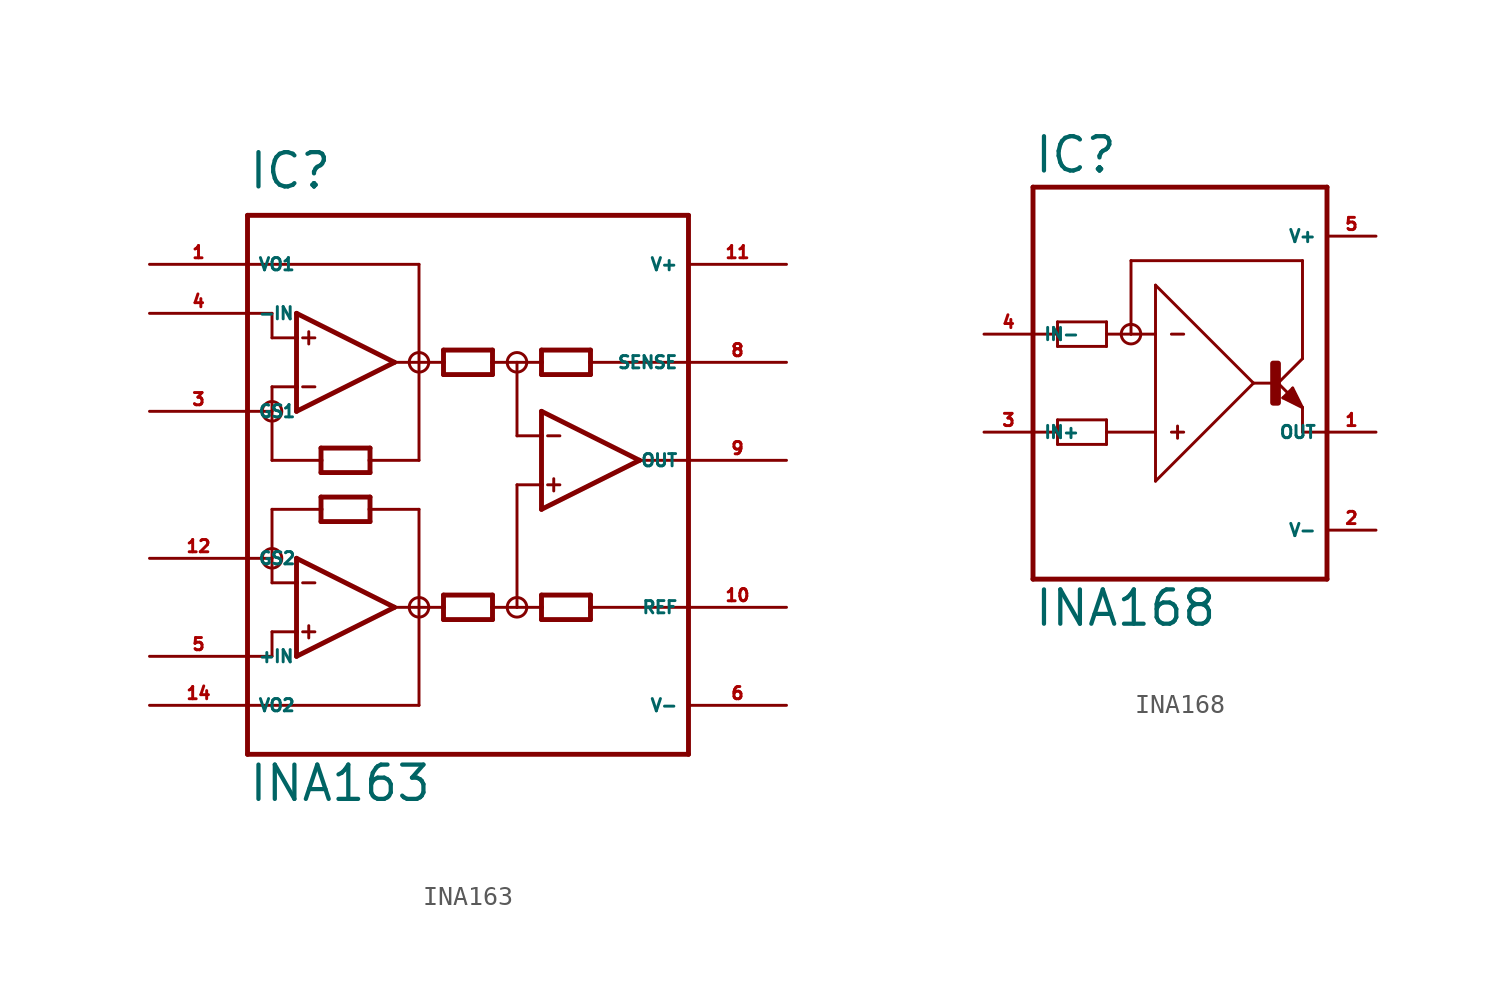
<source format=kicad_sym>
(kicad_symbol_lib
  (version 20220914)
  (generator Eagle2Kicad)
  (symbol "INA163"
    (property "Reference" "IC"
      (at -12.7 13.97 0)
      (effects (font (size 1.778 1.778) (thickness 0.22)) (justify left bottom)))
    (property "Value" "INA163"
      (at -12.7 -17.78 0)
      (effects (font (size 1.778 1.778) (thickness 0.22)) (justify left bottom)))
    (polyline
      (pts (xy -10.16 2.54) (xy -10.16 3.81))
      (stroke (width 0.254) (type default))
      (fill (type none)))
    (polyline
      (pts (xy -10.16 3.81) (xy -10.16 6.35))
      (stroke (width 0.254) (type default))
      (fill (type none)))
    (polyline
      (pts (xy -10.16 6.35) (xy -10.16 7.62))
      (stroke (width 0.254) (type default))
      (fill (type none)))
    (polyline
      (pts (xy -10.16 7.62) (xy -5.08 5.08))
      (stroke (width 0.254) (type default))
      (fill (type none)))
    (polyline
      (pts (xy -5.08 5.08) (xy -10.16 2.54))
      (stroke (width 0.254) (type default))
      (fill (type none)))
    (polyline
      (pts (xy -6.35 -0.635) (xy -6.35 0))
      (stroke (width 0.254) (type default))
      (fill (type none)))
    (polyline
      (pts (xy -6.35 0) (xy -6.35 0.635))
      (stroke (width 0.254) (type default))
      (fill (type none)))
    (polyline
      (pts (xy -6.35 0.635) (xy -8.89 0.635))
      (stroke (width 0.254) (type default))
      (fill (type none)))
    (polyline
      (pts (xy -8.89 0.635) (xy -8.89 0))
      (stroke (width 0.254) (type default))
      (fill (type none)))
    (polyline
      (pts (xy -8.89 0) (xy -8.89 -0.635))
      (stroke (width 0.254) (type default))
      (fill (type none)))
    (polyline
      (pts (xy -8.89 -0.635) (xy -6.35 -0.635))
      (stroke (width 0.254) (type default))
      (fill (type none)))
    (polyline
      (pts (xy -2.54 4.445) (xy -2.54 5.08))
      (stroke (width 0.254) (type default))
      (fill (type none)))
    (polyline
      (pts (xy -2.54 5.08) (xy -2.54 5.715))
      (stroke (width 0.254) (type default))
      (fill (type none)))
    (polyline
      (pts (xy -2.54 5.715) (xy 0 5.715))
      (stroke (width 0.254) (type default))
      (fill (type none)))
    (polyline
      (pts (xy 0 5.715) (xy 0 5.08))
      (stroke (width 0.254) (type default))
      (fill (type none)))
    (polyline
      (pts (xy 0 5.08) (xy 0 4.445))
      (stroke (width 0.254) (type default))
      (fill (type none)))
    (polyline
      (pts (xy 0 4.445) (xy -2.54 4.445))
      (stroke (width 0.254) (type default))
      (fill (type none)))
    (polyline
      (pts (xy -10.16 6.35) (xy -11.43 6.35))
      (stroke (width 0.152) (type default))
      (fill (type none)))
    (polyline
      (pts (xy 5.08 5.715) (xy 5.08 5.08))
      (stroke (width 0.254) (type default))
      (fill (type none)))
    (polyline
      (pts (xy 5.08 5.08) (xy 5.08 4.445))
      (stroke (width 0.254) (type default))
      (fill (type none)))
    (polyline
      (pts (xy 5.08 4.445) (xy 2.54 4.445))
      (stroke (width 0.254) (type default))
      (fill (type none)))
    (polyline
      (pts (xy 2.54 4.445) (xy 2.54 5.08))
      (stroke (width 0.254) (type default))
      (fill (type none)))
    (polyline
      (pts (xy 2.54 5.08) (xy 2.54 5.715))
      (stroke (width 0.254) (type default))
      (fill (type none)))
    (polyline
      (pts (xy 2.54 5.715) (xy 5.08 5.715))
      (stroke (width 0.254) (type default))
      (fill (type none)))
    (polyline
      (pts (xy 2.54 -6.985) (xy 2.54 -7.62))
      (stroke (width 0.254) (type default))
      (fill (type none)))
    (polyline
      (pts (xy 2.54 -7.62) (xy 2.54 -8.255))
      (stroke (width 0.254) (type default))
      (fill (type none)))
    (polyline
      (pts (xy 2.54 -8.255) (xy 5.08 -8.255))
      (stroke (width 0.254) (type default))
      (fill (type none)))
    (polyline
      (pts (xy 5.08 -8.255) (xy 5.08 -7.62))
      (stroke (width 0.254) (type default))
      (fill (type none)))
    (polyline
      (pts (xy 5.08 -7.62) (xy 5.08 -6.985))
      (stroke (width 0.254) (type default))
      (fill (type none)))
    (polyline
      (pts (xy 5.08 -6.985) (xy 2.54 -6.985))
      (stroke (width 0.254) (type default))
      (fill (type none)))
    (polyline
      (pts (xy -10.16 3.81) (xy -11.43 3.81))
      (stroke (width 0.152) (type default))
      (fill (type none)))
    (polyline
      (pts (xy -9.842 6.35) (xy -9.207 6.35))
      (stroke (width 0.152) (type default))
      (fill (type none)))
    (polyline
      (pts (xy -9.842 3.81) (xy -9.207 3.81))
      (stroke (width 0.152) (type default))
      (fill (type none)))
    (polyline
      (pts (xy -9.525 6.668) (xy -9.525 6.032))
      (stroke (width 0.152) (type default))
      (fill (type none)))
    (polyline
      (pts (xy -12.7 -15.24) (xy 10.16 -15.24))
      (stroke (width 0.254) (type default))
      (fill (type none)))
    (polyline
      (pts (xy 10.16 -15.24) (xy 10.16 -7.62))
      (stroke (width 0.254) (type default))
      (fill (type none)))
    (polyline
      (pts (xy 10.16 -7.62) (xy 10.16 0))
      (stroke (width 0.254) (type default))
      (fill (type none)))
    (polyline
      (pts (xy 10.16 0) (xy 10.16 5.08))
      (stroke (width 0.254) (type default))
      (fill (type none)))
    (polyline
      (pts (xy 10.16 5.08) (xy 10.16 12.7))
      (stroke (width 0.254) (type default))
      (fill (type none)))
    (polyline
      (pts (xy 10.16 12.7) (xy -12.7 12.7))
      (stroke (width 0.254) (type default))
      (fill (type none)))
    (polyline
      (pts (xy -12.7 12.7) (xy -12.7 10.16))
      (stroke (width 0.254) (type default))
      (fill (type none)))
    (polyline
      (pts (xy -12.7 10.16) (xy -12.7 7.62))
      (stroke (width 0.254) (type default))
      (fill (type none)))
    (polyline
      (pts (xy -12.7 7.62) (xy -12.7 2.54))
      (stroke (width 0.254) (type default))
      (fill (type none)))
    (polyline
      (pts (xy -12.7 2.54) (xy -12.7 -5.08))
      (stroke (width 0.254) (type default))
      (fill (type none)))
    (polyline
      (pts (xy -12.7 -5.08) (xy -12.7 -10.16))
      (stroke (width 0.254) (type default))
      (fill (type none)))
    (polyline
      (pts (xy -12.7 -10.16) (xy -12.7 -12.7))
      (stroke (width 0.254) (type default))
      (fill (type none)))
    (polyline
      (pts (xy -12.7 -12.7) (xy -12.7 -15.24))
      (stroke (width 0.254) (type default))
      (fill (type none)))
    (polyline
      (pts (xy -10.16 -10.16) (xy -10.16 -8.89))
      (stroke (width 0.254) (type default))
      (fill (type none)))
    (polyline
      (pts (xy -10.16 -8.89) (xy -10.16 -6.35))
      (stroke (width 0.254) (type default))
      (fill (type none)))
    (polyline
      (pts (xy -10.16 -6.35) (xy -10.16 -5.08))
      (stroke (width 0.254) (type default))
      (fill (type none)))
    (polyline
      (pts (xy -10.16 -5.08) (xy -5.08 -7.62))
      (stroke (width 0.254) (type default))
      (fill (type none)))
    (polyline
      (pts (xy -5.08 -7.62) (xy -10.16 -10.16))
      (stroke (width 0.254) (type default))
      (fill (type none)))
    (polyline
      (pts (xy 0 -8.255) (xy 0 -7.62))
      (stroke (width 0.254) (type default))
      (fill (type none)))
    (polyline
      (pts (xy 0 -7.62) (xy 0 -6.985))
      (stroke (width 0.254) (type default))
      (fill (type none)))
    (polyline
      (pts (xy 0 -6.985) (xy -2.54 -6.985))
      (stroke (width 0.254) (type default))
      (fill (type none)))
    (polyline
      (pts (xy -2.54 -6.985) (xy -2.54 -7.62))
      (stroke (width 0.254) (type default))
      (fill (type none)))
    (polyline
      (pts (xy -2.54 -7.62) (xy -2.54 -8.255))
      (stroke (width 0.254) (type default))
      (fill (type none)))
    (polyline
      (pts (xy -2.54 -8.255) (xy 0 -8.255))
      (stroke (width 0.254) (type default))
      (fill (type none)))
    (polyline
      (pts (xy -8.89 -3.175) (xy -8.89 -2.54))
      (stroke (width 0.254) (type default))
      (fill (type none)))
    (polyline
      (pts (xy -8.89 -2.54) (xy -8.89 -1.905))
      (stroke (width 0.254) (type default))
      (fill (type none)))
    (polyline
      (pts (xy -8.89 -1.905) (xy -6.35 -1.905))
      (stroke (width 0.254) (type default))
      (fill (type none)))
    (polyline
      (pts (xy -6.35 -1.905) (xy -6.35 -2.54))
      (stroke (width 0.254) (type default))
      (fill (type none)))
    (polyline
      (pts (xy -6.35 -2.54) (xy -6.35 -3.175))
      (stroke (width 0.254) (type default))
      (fill (type none)))
    (polyline
      (pts (xy -6.35 -3.175) (xy -8.89 -3.175))
      (stroke (width 0.254) (type default))
      (fill (type none)))
    (polyline
      (pts (xy -10.16 -6.35) (xy -11.43 -6.35))
      (stroke (width 0.152) (type default))
      (fill (type none)))
    (polyline
      (pts (xy -10.16 -8.89) (xy -11.43 -8.89))
      (stroke (width 0.152) (type default))
      (fill (type none)))
    (polyline
      (pts (xy -9.842 -6.35) (xy -9.207 -6.35))
      (stroke (width 0.152) (type default))
      (fill (type none)))
    (polyline
      (pts (xy -9.842 -8.89) (xy -9.207 -8.89))
      (stroke (width 0.152) (type default))
      (fill (type none)))
    (polyline
      (pts (xy -9.525 -8.572) (xy -9.525 -9.207))
      (stroke (width 0.152) (type default))
      (fill (type none)))
    (polyline
      (pts (xy -11.43 6.35) (xy -11.43 7.62))
      (stroke (width 0.152) (type default))
      (fill (type none)))
    (polyline
      (pts (xy -11.43 7.62) (xy -12.7 7.62))
      (stroke (width 0.152) (type default))
      (fill (type none)))
    (polyline
      (pts (xy -11.43 3.81) (xy -11.43 2.54))
      (stroke (width 0.152) (type default))
      (fill (type none)))
    (polyline
      (pts (xy -11.43 2.54) (xy -12.7 2.54))
      (stroke (width 0.152) (type default))
      (fill (type none)))
    (polyline
      (pts (xy 2.54 -2.54) (xy 2.54 -1.27))
      (stroke (width 0.254) (type default))
      (fill (type none)))
    (polyline
      (pts (xy 2.54 -1.27) (xy 2.54 1.27))
      (stroke (width 0.254) (type default))
      (fill (type none)))
    (polyline
      (pts (xy 2.54 1.27) (xy 2.54 2.54))
      (stroke (width 0.254) (type default))
      (fill (type none)))
    (polyline
      (pts (xy 2.54 2.54) (xy 7.62 0))
      (stroke (width 0.254) (type default))
      (fill (type none)))
    (polyline
      (pts (xy 7.62 0) (xy 2.54 -2.54))
      (stroke (width 0.254) (type default))
      (fill (type none)))
    (polyline
      (pts (xy 2.54 -1.27) (xy 1.27 -1.27))
      (stroke (width 0.152) (type default))
      (fill (type none)))
    (polyline
      (pts (xy 2.857 1.27) (xy 3.493 1.27))
      (stroke (width 0.152) (type default))
      (fill (type none)))
    (polyline
      (pts (xy 2.857 -1.27) (xy 3.493 -1.27))
      (stroke (width 0.152) (type default))
      (fill (type none)))
    (polyline
      (pts (xy 3.175 -0.953) (xy 3.175 -1.587))
      (stroke (width 0.152) (type default))
      (fill (type none)))
    (polyline
      (pts (xy -5.08 5.08) (xy -3.81 5.08))
      (stroke (width 0.152) (type default))
      (fill (type none)))
    (polyline
      (pts (xy -3.81 5.08) (xy -2.54 5.08))
      (stroke (width 0.152) (type default))
      (fill (type none)))
    (polyline
      (pts (xy 0 5.08) (xy 1.27 5.08))
      (stroke (width 0.152) (type default))
      (fill (type none)))
    (polyline
      (pts (xy 1.27 5.08) (xy 2.54 5.08))
      (stroke (width 0.152) (type default))
      (fill (type none)))
    (polyline
      (pts (xy 10.16 5.08) (xy 5.08 5.08))
      (stroke (width 0.152) (type default))
      (fill (type none)))
    (polyline
      (pts (xy 7.62 0) (xy 10.16 0))
      (stroke (width 0.152) (type default))
      (fill (type none)))
    (polyline
      (pts (xy -11.43 2.54) (xy -11.43 0))
      (stroke (width 0.152) (type default))
      (fill (type none)))
    (polyline
      (pts (xy -11.43 0) (xy -8.89 0))
      (stroke (width 0.152) (type default))
      (fill (type none)))
    (polyline
      (pts (xy -3.81 5.08) (xy -3.81 0))
      (stroke (width 0.152) (type default))
      (fill (type none)))
    (polyline
      (pts (xy -3.81 0) (xy -6.35 0))
      (stroke (width 0.152) (type default))
      (fill (type none)))
    (polyline
      (pts (xy 1.27 5.08) (xy 1.27 1.27))
      (stroke (width 0.152) (type default))
      (fill (type none)))
    (polyline
      (pts (xy 1.27 1.27) (xy 2.54 1.27))
      (stroke (width 0.152) (type default))
      (fill (type none)))
    (polyline
      (pts (xy -8.89 -2.54) (xy -11.43 -2.54))
      (stroke (width 0.152) (type default))
      (fill (type none)))
    (polyline
      (pts (xy -11.43 -2.54) (xy -11.43 -5.08))
      (stroke (width 0.152) (type default))
      (fill (type none)))
    (polyline
      (pts (xy -11.43 -5.08) (xy -11.43 -6.35))
      (stroke (width 0.152) (type default))
      (fill (type none)))
    (polyline
      (pts (xy -6.35 -2.54) (xy -3.81 -2.54))
      (stroke (width 0.152) (type default))
      (fill (type none)))
    (polyline
      (pts (xy -3.81 -2.54) (xy -3.81 -7.62))
      (stroke (width 0.152) (type default))
      (fill (type none)))
    (polyline
      (pts (xy -3.81 -7.62) (xy -5.08 -7.62))
      (stroke (width 0.152) (type default))
      (fill (type none)))
    (polyline
      (pts (xy -3.81 -7.62) (xy -2.54 -7.62))
      (stroke (width 0.152) (type default))
      (fill (type none)))
    (polyline
      (pts (xy 0 -7.62) (xy 1.27 -7.62))
      (stroke (width 0.152) (type default))
      (fill (type none)))
    (polyline
      (pts (xy 1.27 -7.62) (xy 2.54 -7.62))
      (stroke (width 0.152) (type default))
      (fill (type none)))
    (polyline
      (pts (xy -11.43 -8.89) (xy -11.43 -10.16))
      (stroke (width 0.152) (type default))
      (fill (type none)))
    (polyline
      (pts (xy -11.43 -10.16) (xy -12.7 -10.16))
      (stroke (width 0.152) (type default))
      (fill (type none)))
    (polyline
      (pts (xy -12.7 -5.08) (xy -11.43 -5.08))
      (stroke (width 0.152) (type default))
      (fill (type none)))
    (polyline
      (pts (xy 1.27 -1.27) (xy 1.27 -7.62))
      (stroke (width 0.152) (type default))
      (fill (type none)))
    (polyline
      (pts (xy 5.08 -7.62) (xy 10.16 -7.62))
      (stroke (width 0.152) (type default))
      (fill (type none)))
    (polyline
      (pts (xy -12.7 -12.7) (xy -3.81 -12.7))
      (stroke (width 0.152) (type default))
      (fill (type none)))
    (polyline
      (pts (xy -3.81 -12.7) (xy -3.81 -7.62))
      (stroke (width 0.152) (type default))
      (fill (type none)))
    (polyline
      (pts (xy -12.7 10.16) (xy -3.81 10.16))
      (stroke (width 0.152) (type default))
      (fill (type none)))
    (polyline
      (pts (xy -3.81 10.16) (xy -3.81 5.08))
      (stroke (width 0.152) (type default))
      (fill (type none)))
    (circle
      (center -11.43 2.54)
      (radius 0.508)
      (stroke (width 0) (type default))
      (fill (type none)))
    (circle
      (center -11.43 -5.08)
      (radius 0.508)
      (stroke (width 0) (type default))
      (fill (type none)))
    (circle
      (center -3.81 -7.62)
      (radius 0.508)
      (stroke (width 0) (type default))
      (fill (type none)))
    (circle
      (center 1.27 -7.62)
      (radius 0.508)
      (stroke (width 0) (type default))
      (fill (type none)))
    (circle
      (center -3.81 5.08)
      (radius 0.508)
      (stroke (width 0) (type default))
      (fill (type none)))
    (circle
      (center 1.27 5.08)
      (radius 0.508)
      (stroke (width 0) (type default))
      (fill (type none)))
    (pin input line
      (at -17.78 7.62 0)
      (length 5.08)
      (name "-IN" (effects (font (size 0.635 0.635) (thickness 0.08)) (justify left bottom)))
      (number "4" (effects (font (size 0.635 0.635) (thickness 0.08)) (justify left bottom))))
    (pin passive line
      (at -17.78 2.54 0)
      (length 5.08)
      (name "GS1" (effects (font (size 0.635 0.635) (thickness 0.08)) (justify left bottom)))
      (number "3" (effects (font (size 0.635 0.635) (thickness 0.08)) (justify left bottom))))
    (pin output line
      (at 15.24 0 180)
      (length 5.08)
      (name "OUT" (effects (font (size 0.635 0.635) (thickness 0.08)) (justify left bottom)))
      (number "9" (effects (font (size 0.635 0.635) (thickness 0.08)) (justify left bottom))))
    (pin unspecified line
      (at 15.24 10.16 180)
      (length 5.08)
      (name "V+" (effects (font (size 0.635 0.635) (thickness 0.08)) (justify left bottom)))
      (number "11" (effects (font (size 0.635 0.635) (thickness 0.08)) (justify left bottom))))
    (pin unspecified line
      (at 15.24 -12.7 180)
      (length 5.08)
      (name "V-" (effects (font (size 0.635 0.635) (thickness 0.08)) (justify left bottom)))
      (number "6" (effects (font (size 0.635 0.635) (thickness 0.08)) (justify left bottom))))
    (pin passive line
      (at -17.78 -5.08 0)
      (length 5.08)
      (name "GS2" (effects (font (size 0.635 0.635) (thickness 0.08)) (justify left bottom)))
      (number "12" (effects (font (size 0.635 0.635) (thickness 0.08)) (justify left bottom))))
    (pin input line
      (at -17.78 -10.16 0)
      (length 5.08)
      (name "+IN" (effects (font (size 0.635 0.635) (thickness 0.08)) (justify left bottom)))
      (number "5" (effects (font (size 0.635 0.635) (thickness 0.08)) (justify left bottom))))
    (pin passive line
      (at 15.24 -7.62 180)
      (length 5.08)
      (name "REF" (effects (font (size 0.635 0.635) (thickness 0.08)) (justify left bottom)))
      (number "10" (effects (font (size 0.635 0.635) (thickness 0.08)) (justify left bottom))))
    (pin passive line
      (at -17.78 10.16 0)
      (length 5.08)
      (name "VO1" (effects (font (size 0.635 0.635) (thickness 0.08)) (justify left bottom)))
      (number "1" (effects (font (size 0.635 0.635) (thickness 0.08)) (justify left bottom))))
    (pin passive line
      (at -17.78 -12.7 0)
      (length 5.08)
      (name "VO2" (effects (font (size 0.635 0.635) (thickness 0.08)) (justify left bottom)))
      (number "14" (effects (font (size 0.635 0.635) (thickness 0.08)) (justify left bottom))))
    (pin passive line
      (at 15.24 5.08 180)
      (length 5.08)
      (name "SENSE" (effects (font (size 0.635 0.635) (thickness 0.08)) (justify left bottom)))
      (number "8" (effects (font (size 0.635 0.635) (thickness 0.08)) (justify left bottom)))))
  (symbol "INA168"
    (property "Reference" "IC"
      (at -7.62 10.795 0)
      (effects (font (size 1.778 1.778) (thickness 0.22)) (justify left bottom)))
    (property "Value" "INA168"
      (at -7.62 -12.7 0)
      (effects (font (size 1.778 1.778) (thickness 0.22)) (justify left bottom)))
    (polyline
      (pts (xy -1.27 -5.08) (xy -1.27 -2.54))
      (stroke (width 0.152) (type default))
      (fill (type none)))
    (polyline
      (pts (xy -1.27 -2.54) (xy -1.27 2.54))
      (stroke (width 0.152) (type default))
      (fill (type none)))
    (polyline
      (pts (xy -1.27 2.54) (xy -1.27 5.08))
      (stroke (width 0.152) (type default))
      (fill (type none)))
    (polyline
      (pts (xy -1.27 5.08) (xy 3.81 0))
      (stroke (width 0.152) (type default))
      (fill (type none)))
    (polyline
      (pts (xy 3.81 0) (xy -1.27 -5.08))
      (stroke (width 0.152) (type default))
      (fill (type none)))
    (polyline
      (pts (xy -3.81 1.905) (xy -3.81 2.54))
      (stroke (width 0.152) (type default))
      (fill (type none)))
    (polyline
      (pts (xy -3.81 2.54) (xy -3.81 3.175))
      (stroke (width 0.152) (type default))
      (fill (type none)))
    (polyline
      (pts (xy -3.81 3.175) (xy -6.35 3.175))
      (stroke (width 0.152) (type default))
      (fill (type none)))
    (polyline
      (pts (xy -6.35 3.175) (xy -6.35 2.54))
      (stroke (width 0.152) (type default))
      (fill (type none)))
    (polyline
      (pts (xy -6.35 2.54) (xy -6.35 1.905))
      (stroke (width 0.152) (type default))
      (fill (type none)))
    (polyline
      (pts (xy -6.35 1.905) (xy -3.81 1.905))
      (stroke (width 0.152) (type default))
      (fill (type none)))
    (polyline
      (pts (xy -3.81 -1.905) (xy -3.81 -2.54))
      (stroke (width 0.152) (type default))
      (fill (type none)))
    (polyline
      (pts (xy -3.81 -2.54) (xy -3.81 -3.175))
      (stroke (width 0.152) (type default))
      (fill (type none)))
    (polyline
      (pts (xy -3.81 -3.175) (xy -6.35 -3.175))
      (stroke (width 0.152) (type default))
      (fill (type none)))
    (polyline
      (pts (xy -6.35 -3.175) (xy -6.35 -2.54))
      (stroke (width 0.152) (type default))
      (fill (type none)))
    (polyline
      (pts (xy -6.35 -2.54) (xy -6.35 -1.905))
      (stroke (width 0.152) (type default))
      (fill (type none)))
    (polyline
      (pts (xy -6.35 -1.905) (xy -3.81 -1.905))
      (stroke (width 0.152) (type default))
      (fill (type none)))
    (polyline
      (pts (xy -1.27 2.54) (xy -2.54 2.54))
      (stroke (width 0.152) (type default))
      (fill (type none)))
    (polyline
      (pts (xy -2.54 2.54) (xy -3.81 2.54))
      (stroke (width 0.152) (type default))
      (fill (type none)))
    (polyline
      (pts (xy -1.27 -2.54) (xy -3.81 -2.54))
      (stroke (width 0.152) (type default))
      (fill (type none)))
    (polyline
      (pts (xy -0.445 2.54) (xy 0.191 2.54))
      (stroke (width 0.152) (type default))
      (fill (type none)))
    (polyline
      (pts (xy -0.445 -2.54) (xy 0.191 -2.54))
      (stroke (width 0.152) (type default))
      (fill (type none)))
    (polyline
      (pts (xy -0.127 -2.223) (xy -0.127 -2.857))
      (stroke (width 0.152) (type default))
      (fill (type none)))
    (polyline
      (pts (xy -7.62 2.54) (xy -6.35 2.54))
      (stroke (width 0.152) (type default))
      (fill (type none)))
    (polyline
      (pts (xy -7.62 -2.54) (xy -6.35 -2.54))
      (stroke (width 0.152) (type default))
      (fill (type none)))
    (polyline
      (pts (xy -7.62 -10.16) (xy 7.62 -10.16))
      (stroke (width 0.254) (type default))
      (fill (type none)))
    (polyline
      (pts (xy 7.62 -10.16) (xy 7.62 -2.54))
      (stroke (width 0.254) (type default))
      (fill (type none)))
    (polyline
      (pts (xy 7.62 -2.54) (xy 7.62 10.16))
      (stroke (width 0.254) (type default))
      (fill (type none)))
    (polyline
      (pts (xy 7.62 10.16) (xy -7.62 10.16))
      (stroke (width 0.254) (type default))
      (fill (type none)))
    (polyline
      (pts (xy -7.62 10.16) (xy -7.62 -10.16))
      (stroke (width 0.254) (type default))
      (fill (type none)))
    (polyline
      (pts (xy 6.35 1.27) (xy 6.35 6.35))
      (stroke (width 0.152) (type default))
      (fill (type none)))
    (polyline
      (pts (xy 6.35 6.35) (xy -2.54 6.35))
      (stroke (width 0.152) (type default))
      (fill (type none)))
    (polyline
      (pts (xy -2.54 6.35) (xy -2.54 2.54))
      (stroke (width 0.152) (type default))
      (fill (type none)))
    (polyline
      (pts (xy 6.35 -1.27) (xy 6.096 -1.016))
      (stroke (width 0.152) (type default))
      (fill (type none)))
    (polyline
      (pts (xy 6.096 -1.016) (xy 5.08 0))
      (stroke (width 0.152) (type default))
      (fill (type none)))
    (polyline
      (pts (xy 5.08 0) (xy 6.35 1.27))
      (stroke (width 0.152) (type default))
      (fill (type none)))
    (polyline
      (pts (xy 3.81 0) (xy 5.08 0))
      (stroke (width 0.152) (type default))
      (fill (type none)))
    (polyline
      (pts (xy 6.35 -1.27) (xy 5.842 -0.254))
      (stroke (width 0.152) (type default))
      (fill (type none)))
    (polyline
      (pts (xy 5.842 -0.254) (xy 5.334 -0.762))
      (stroke (width 0.152) (type default))
      (fill (type none)))
    (polyline
      (pts (xy 5.334 -0.762) (xy 6.35 -1.27))
      (stroke (width 0.152) (type default))
      (fill (type none)))
    (polyline
      (pts (xy 5.842 -0.508) (xy 5.588 -0.762))
      (stroke (width 0.305) (type default))
      (fill (type none)))
    (polyline
      (pts (xy 5.588 -0.762) (xy 6.096 -1.016))
      (stroke (width 0.305) (type default))
      (fill (type none)))
    (polyline
      (pts (xy 6.096 -1.016) (xy 5.842 -0.508))
      (stroke (width 0.305) (type default))
      (fill (type none)))
    (polyline
      (pts (xy 6.35 -1.27) (xy 6.35 -2.54))
      (stroke (width 0.152) (type default))
      (fill (type none)))
    (polyline
      (pts (xy 6.35 -2.54) (xy 7.62 -2.54))
      (stroke (width 0.152) (type default))
      (fill (type none)))
    (circle
      (center -2.54 2.54)
      (radius 0.508)
      (stroke (width 0) (type default))
      (fill (type none)))
    (rectangle
      (start 4.826 -1.016)
      (end 5.08 1.016)
      (stroke (width 0.3) (type default))
      (fill (type outline)))
    (pin input line
      (at -10.16 2.54 0)
      (length 2.54)
      (name "IN-" (effects (font (size 0.635 0.635) (thickness 0.08)) (justify left bottom)))
      (number "4" (effects (font (size 0.635 0.635) (thickness 0.08)) (justify left bottom))))
    (pin input line
      (at -10.16 -2.54 0)
      (length 2.54)
      (name "IN+" (effects (font (size 0.635 0.635) (thickness 0.08)) (justify left bottom)))
      (number "3" (effects (font (size 0.635 0.635) (thickness 0.08)) (justify left bottom))))
    (pin output line
      (at 10.16 -2.54 180)
      (length 2.54)
      (name "OUT" (effects (font (size 0.635 0.635) (thickness 0.08)) (justify left bottom)))
      (number "1" (effects (font (size 0.635 0.635) (thickness 0.08)) (justify left bottom))))
    (pin unspecified line
      (at 10.16 7.62 180)
      (length 2.54)
      (name "V+" (effects (font (size 0.635 0.635) (thickness 0.08)) (justify left bottom)))
      (number "5" (effects (font (size 0.635 0.635) (thickness 0.08)) (justify left bottom))))
    (pin unspecified line
      (at 10.16 -7.62 180)
      (length 2.54)
      (name "V-" (effects (font (size 0.635 0.635) (thickness 0.08)) (justify left bottom)))
      (number "2" (effects (font (size 0.635 0.635) (thickness 0.08)) (justify left bottom))))))
</source>
